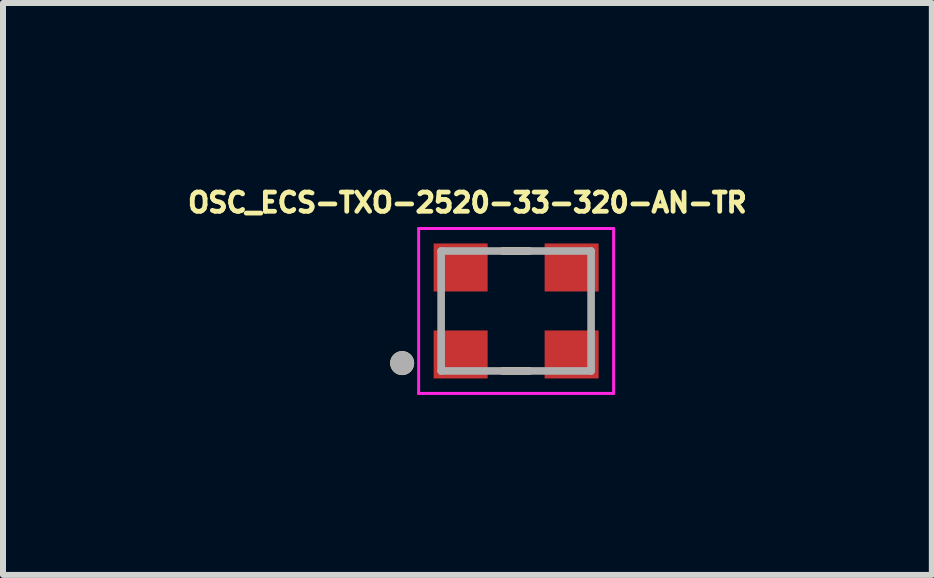
<source format=kicad_pcb>
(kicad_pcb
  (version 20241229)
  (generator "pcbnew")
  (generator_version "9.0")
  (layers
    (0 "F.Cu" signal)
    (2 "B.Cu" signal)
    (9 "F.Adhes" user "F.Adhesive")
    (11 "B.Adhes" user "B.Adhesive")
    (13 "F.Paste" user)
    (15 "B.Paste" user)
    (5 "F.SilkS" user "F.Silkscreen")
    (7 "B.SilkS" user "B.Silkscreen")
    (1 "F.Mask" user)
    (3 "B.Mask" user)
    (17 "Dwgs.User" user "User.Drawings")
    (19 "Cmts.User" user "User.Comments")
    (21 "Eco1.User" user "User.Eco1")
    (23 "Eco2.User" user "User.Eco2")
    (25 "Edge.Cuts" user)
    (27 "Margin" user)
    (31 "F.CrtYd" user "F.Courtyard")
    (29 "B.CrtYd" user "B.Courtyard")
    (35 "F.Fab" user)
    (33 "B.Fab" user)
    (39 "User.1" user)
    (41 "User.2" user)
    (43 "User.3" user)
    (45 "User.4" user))
  (footprint "OSC_ECS-TXO-2520-33-320-AN-TR"
    (layer "F.Cu")
    (at 5.554 2.134)
    (property "Reference" "OSC_ECS-TXO-2520-33-320-AN-TR" (at -0.812 -1.806 0) (layer "F.SilkS") (effects (font (size 0.32 0.32) (thickness 0.15))))
    (attr smd)
    (fp_line (start -0.221 -1) (end 0.221 -1) (stroke (width 0.127) (type solid)) (layer "F.SilkS"))
    (fp_line (start -0.221 1) (end 0.221 1) (stroke (width 0.127) (type solid)) (layer "F.SilkS"))
    (fp_circle (center -1.9 0.869) (end -1.8 0.869) (stroke (width 0.2) (type solid)) (fill no) (layer "F.SilkS"))
    (fp_line (start -1.625 -1.375) (end 1.625 -1.375) (stroke (width 0.05) (type solid)) (layer "F.CrtYd"))
    (fp_line (start -1.625 1.375) (end -1.625 -1.375) (stroke (width 0.05) (type solid)) (layer "F.CrtYd"))
    (fp_line (start 1.625 -1.375) (end 1.625 1.375) (stroke (width 0.05) (type solid)) (layer "F.CrtYd"))
    (fp_line (start 1.625 1.375) (end -1.625 1.375) (stroke (width 0.05) (type solid)) (layer "F.CrtYd"))
    (fp_line (start -1.25 -1) (end 1.25 -1) (stroke (width 0.127) (type solid)) (layer "F.Fab"))
    (fp_line (start -1.25 1) (end -1.25 -1) (stroke (width 0.127) (type solid)) (layer "F.Fab"))
    (fp_line (start 1.25 -1) (end 1.25 1) (stroke (width 0.127) (type solid)) (layer "F.Fab"))
    (fp_line (start 1.25 1) (end -1.25 1) (stroke (width 0.127) (type solid)) (layer "F.Fab"))
    (fp_circle (center -1.9 0.869) (end -1.8 0.869) (stroke (width 0.2) (type solid)) (fill no) (layer "F.Fab"))
    (pad "1" smd rect (at -0.925 0.725) (size 0.9 0.8) (layers "F.Cu" "F.Mask" "F.Paste"))
    (pad "2" smd rect (at 0.925 0.725) (size 0.9 0.8) (layers "F.Cu" "F.Mask" "F.Paste"))
    (pad "3" smd rect (at 0.925 -0.725) (size 0.9 0.8) (layers "F.Cu" "F.Mask" "F.Paste"))
    (pad "4" smd rect (at -0.925 -0.725) (size 0.9 0.8) (layers "F.Cu" "F.Mask" "F.Paste")))
  (gr_rect
    (start -3 -3)
    (end 12.484 6.534)
    (stroke (width 0.1) (type default))
    (fill no)
    (layer "Edge.Cuts")))
</source>
